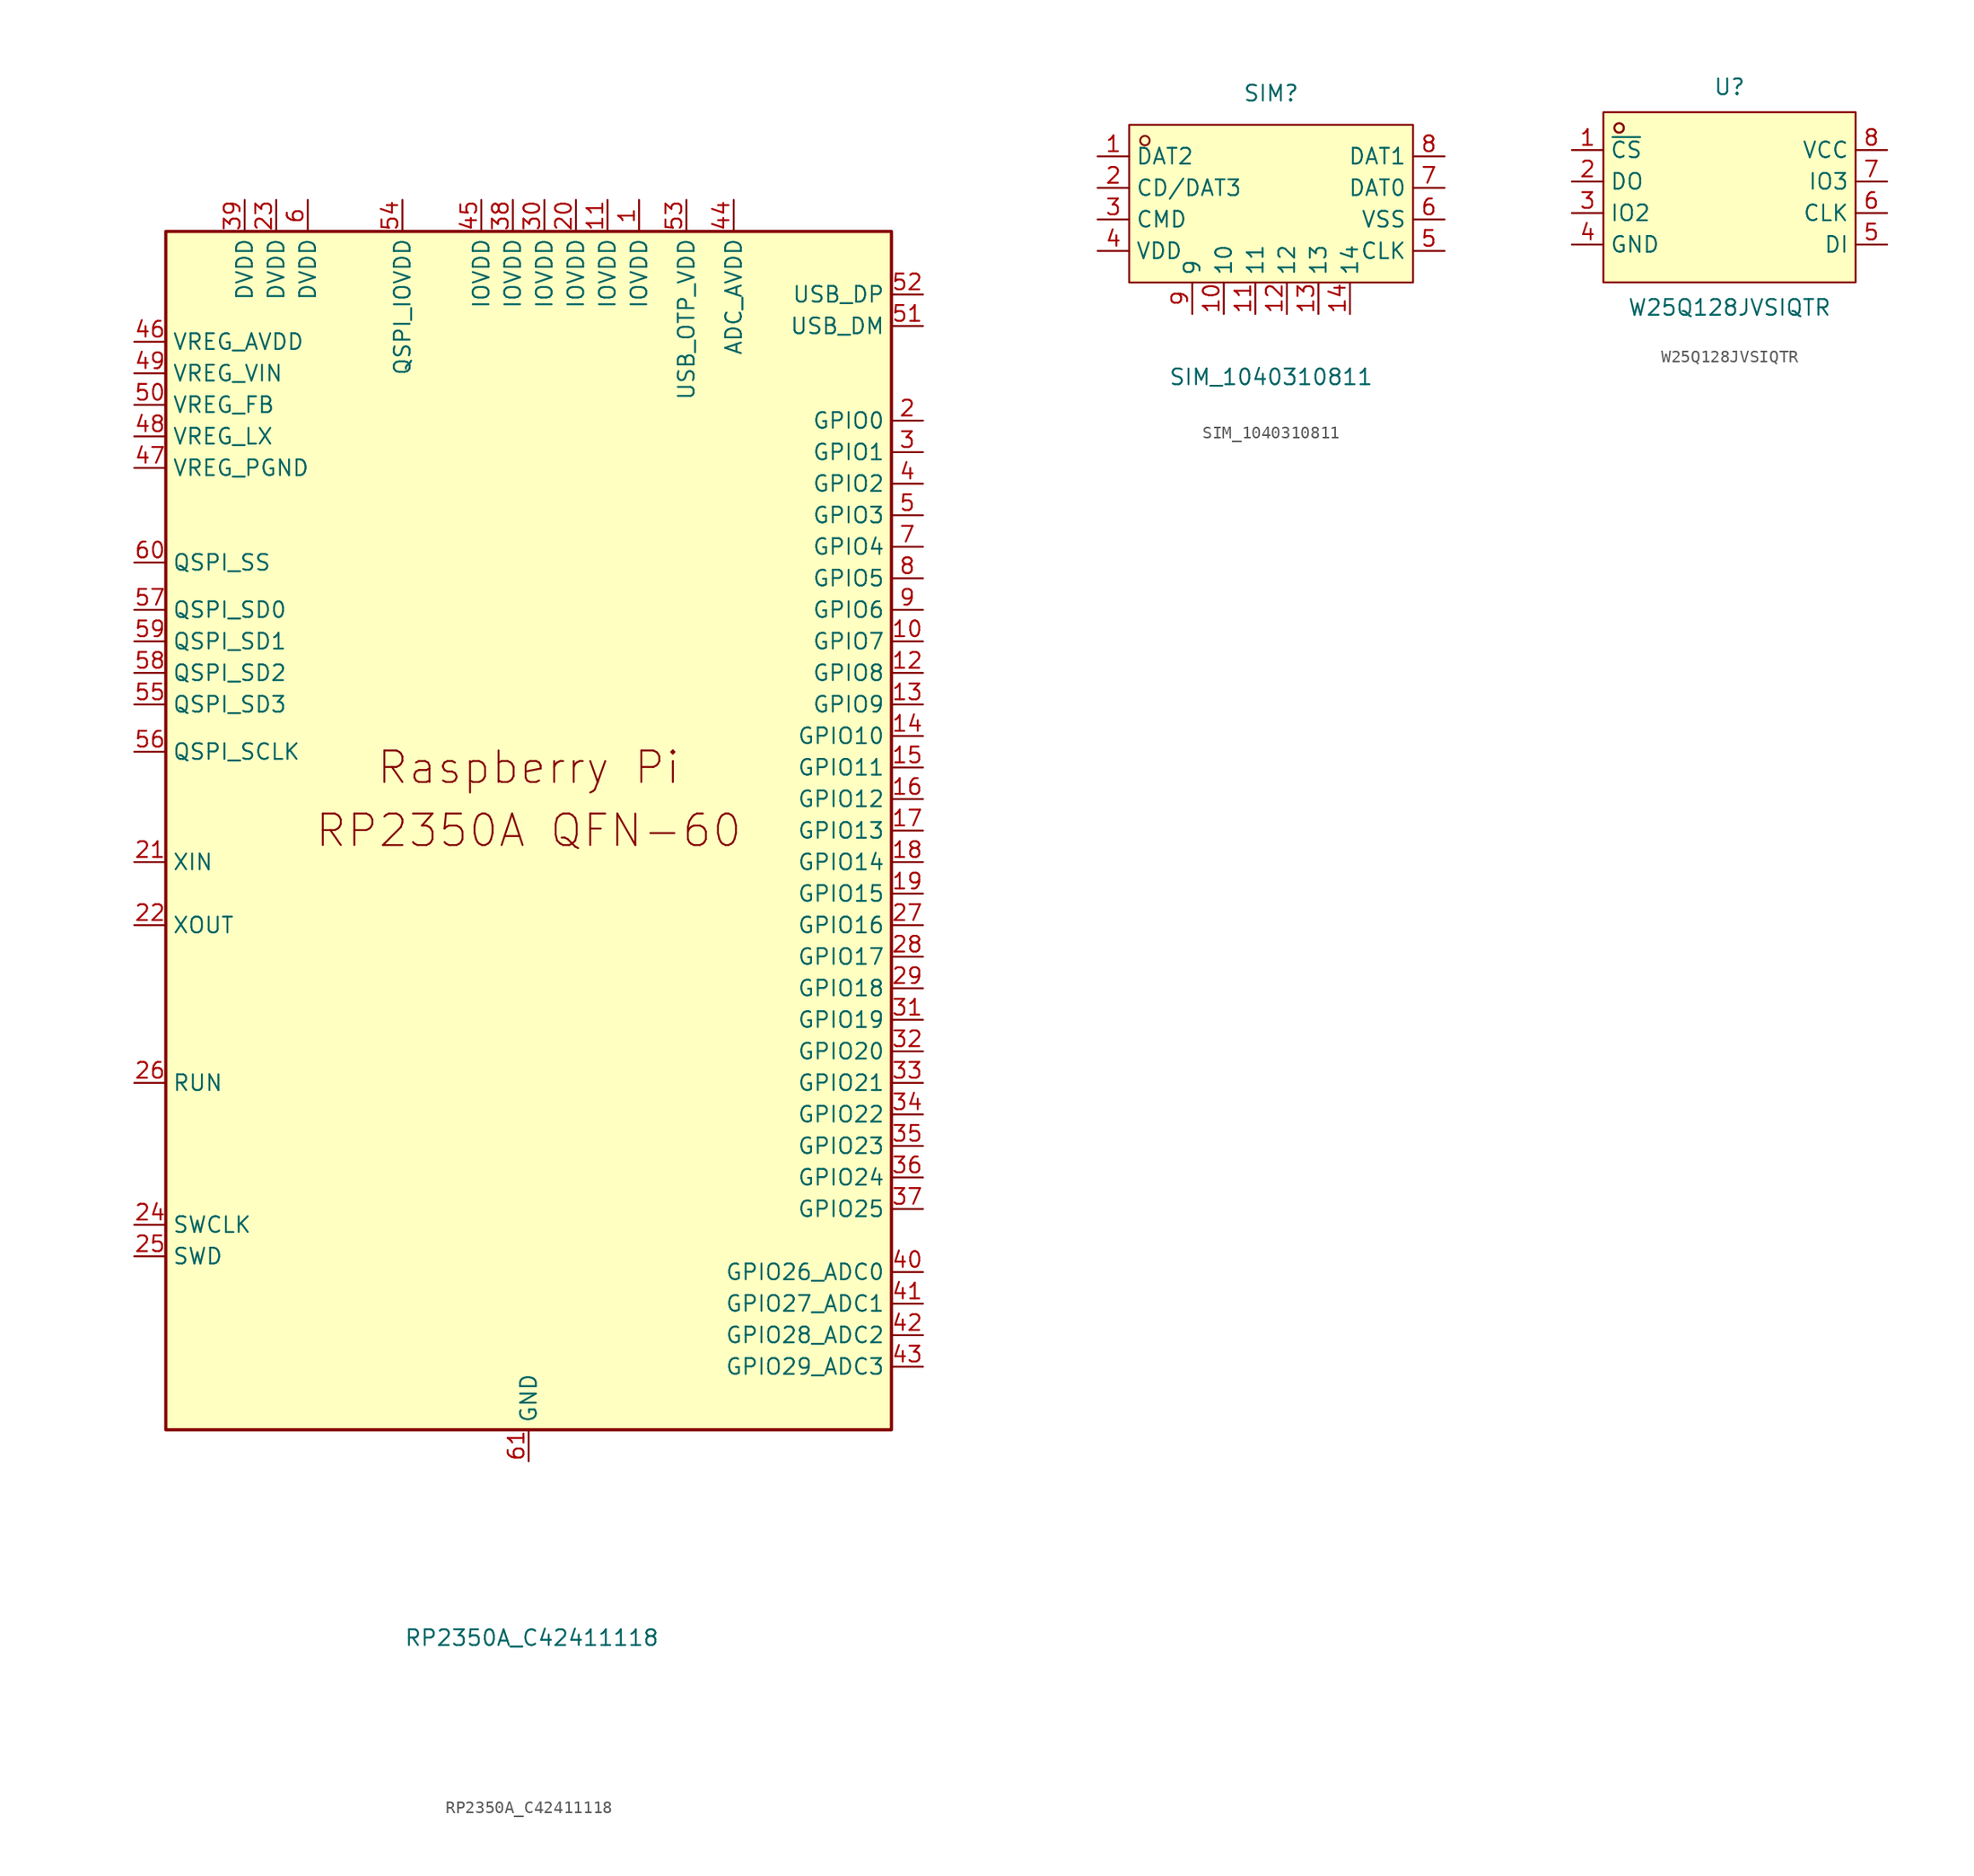
<source format=kicad_sym>
(kicad_symbol_lib
  (version 20241209)
  (generator "kicad_symbol_editor")
  (generator_version "9.0")
  (symbol "RP2350A_C42411118"
    (property "Reference" "U"
      (at -1.778 12.7 0)
      (effects (font (size 1.27 1.27)) (hide yes)))
    (property "Value" "RP2350A_C42411118"
      (at 0.254 -65.024 0)
      (effects (font (size 1.27 1.27))))
    (symbol "RP2350A_C42411118_0_0"
      (text "Raspberry Pi" (at 0 5.08 0) (effects (font (size 2.54 2.54)))))
    (symbol "RP2350A_C42411118_0_1"
      (rectangle (start -29.21 48.26) (end 29.21 -48.26) (stroke (width 0.254) (type default)) (fill (type background))))
    (symbol "RP2350A_C42411118_1_0"
      (text "RP2350A QFN-60" (at 0 0 0) (effects (font (size 2.54 2.54)))))
    (symbol "RP2350A_C42411118_1_1"
      (pin power_in line (at -31.75 39.37 0) (length 2.54) (name "VREG_AVDD" (effects (font (size 1.27 1.27)))) (number "46" (effects (font (size 1.27 1.27)))))
      (pin power_in line (at -31.75 36.83 0) (length 2.54) (name "VREG_VIN" (effects (font (size 1.27 1.27)))) (number "49" (effects (font (size 1.27 1.27)))))
      (pin input line (at -31.75 34.29 0) (length 2.54) (name "VREG_FB" (effects (font (size 1.27 1.27)))) (number "50" (effects (font (size 1.27 1.27)))))
      (pin power_out line (at -31.75 31.75 0) (length 2.54) (name "VREG_LX" (effects (font (size 1.27 1.27)))) (number "48" (effects (font (size 1.27 1.27)))))
      (pin power_in line (at -31.75 29.21 0) (length 2.54) (name "VREG_PGND" (effects (font (size 1.27 1.27)))) (number "47" (effects (font (size 1.27 1.27)))))
      (pin bidirectional line (at -31.75 21.59 0) (length 2.54) (name "QSPI_SS" (effects (font (size 1.27 1.27)))) (number "60" (effects (font (size 1.27 1.27)))))
      (pin bidirectional line (at -31.75 17.78 0) (length 2.54) (name "QSPI_SD0" (effects (font (size 1.27 1.27)))) (number "57" (effects (font (size 1.27 1.27)))))
      (pin bidirectional line (at -31.75 15.24 0) (length 2.54) (name "QSPI_SD1" (effects (font (size 1.27 1.27)))) (number "59" (effects (font (size 1.27 1.27)))))
      (pin bidirectional line (at -31.75 12.7 0) (length 2.54) (name "QSPI_SD2" (effects (font (size 1.27 1.27)))) (number "58" (effects (font (size 1.27 1.27)))))
      (pin bidirectional line (at -31.75 10.16 0) (length 2.54) (name "QSPI_SD3" (effects (font (size 1.27 1.27)))) (number "55" (effects (font (size 1.27 1.27)))))
      (pin output line (at -31.75 6.35 0) (length 2.54) (name "QSPI_SCLK" (effects (font (size 1.27 1.27)))) (number "56" (effects (font (size 1.27 1.27)))))
      (pin input line (at -31.75 -2.54 0) (length 2.54) (name "XIN" (effects (font (size 1.27 1.27)))) (number "21" (effects (font (size 1.27 1.27)))))
      (pin passive line (at -31.75 -7.62 0) (length 2.54) (name "XOUT" (effects (font (size 1.27 1.27)))) (number "22" (effects (font (size 1.27 1.27)))))
      (pin input line (at -31.75 -20.32 0) (length 2.54) (name "RUN" (effects (font (size 1.27 1.27)))) (number "26" (effects (font (size 1.27 1.27)))))
      (pin output line (at -31.75 -31.75 0) (length 2.54) (name "SWCLK" (effects (font (size 1.27 1.27)))) (number "24" (effects (font (size 1.27 1.27)))))
      (pin bidirectional line (at -31.75 -34.29 0) (length 2.54) (name "SWD" (effects (font (size 1.27 1.27)))) (number "25" (effects (font (size 1.27 1.27)))))
      (pin power_in line (at -22.86 50.8 270) (length 2.54) (name "DVDD" (effects (font (size 1.27 1.27)))) (number "39" (effects (font (size 1.27 1.27)))))
      (pin power_in line (at -20.32 50.8 270) (length 2.54) (name "DVDD" (effects (font (size 1.27 1.27)))) (number "23" (effects (font (size 1.27 1.27)))))
      (pin power_in line (at -17.78 50.8 270) (length 2.54) (name "DVDD" (effects (font (size 1.27 1.27)))) (number "6" (effects (font (size 1.27 1.27)))))
      (pin power_in line (at -10.16 50.8 270) (length 2.54) (name "QSPI_IOVDD" (effects (font (size 1.27 1.27)))) (number "54" (effects (font (size 1.27 1.27)))))
      (pin power_in line (at -3.81 50.8 270) (length 2.54) (name "IOVDD" (effects (font (size 1.27 1.27)))) (number "45" (effects (font (size 1.27 1.27)))))
      (pin power_in line (at -1.27 50.8 270) (length 2.54) (name "IOVDD" (effects (font (size 1.27 1.27)))) (number "38" (effects (font (size 1.27 1.27)))))
      (pin power_in line (at 0 -50.8 90) (length 2.54) (name "GND" (effects (font (size 1.27 1.27)))) (number "61" (effects (font (size 1.27 1.27)))))
      (pin power_in line (at 1.27 50.8 270) (length 2.54) (name "IOVDD" (effects (font (size 1.27 1.27)))) (number "30" (effects (font (size 1.27 1.27)))))
      (pin power_in line (at 3.81 50.8 270) (length 2.54) (name "IOVDD" (effects (font (size 1.27 1.27)))) (number "20" (effects (font (size 1.27 1.27)))))
      (pin power_in line (at 6.35 50.8 270) (length 2.54) (name "IOVDD" (effects (font (size 1.27 1.27)))) (number "11" (effects (font (size 1.27 1.27)))))
      (pin power_in line (at 8.89 50.8 270) (length 2.54) (name "IOVDD" (effects (font (size 1.27 1.27)))) (number "1" (effects (font (size 1.27 1.27)))))
      (pin power_in line (at 12.7 50.8 270) (length 2.54) (name "USB_OTP_VDD" (effects (font (size 1.27 1.27)))) (number "53" (effects (font (size 1.27 1.27)))))
      (pin power_in line (at 16.51 50.8 270) (length 2.54) (name "ADC_AVDD" (effects (font (size 1.27 1.27)))) (number "44" (effects (font (size 1.27 1.27)))))
      (pin bidirectional line (at 31.75 43.18 180) (length 2.54) (name "USB_DP" (effects (font (size 1.27 1.27)))) (number "52" (effects (font (size 1.27 1.27)))))
      (pin bidirectional line (at 31.75 40.64 180) (length 2.54) (name "USB_DM" (effects (font (size 1.27 1.27)))) (number "51" (effects (font (size 1.27 1.27)))))
      (pin bidirectional line (at 31.75 33.02 180) (length 2.54) (name "GPIO0" (effects (font (size 1.27 1.27)))) (number "2" (effects (font (size 1.27 1.27)))))
      (pin bidirectional line (at 31.75 30.48 180) (length 2.54) (name "GPIO1" (effects (font (size 1.27 1.27)))) (number "3" (effects (font (size 1.27 1.27)))))
      (pin bidirectional line (at 31.75 27.94 180) (length 2.54) (name "GPIO2" (effects (font (size 1.27 1.27)))) (number "4" (effects (font (size 1.27 1.27)))))
      (pin bidirectional line (at 31.75 25.4 180) (length 2.54) (name "GPIO3" (effects (font (size 1.27 1.27)))) (number "5" (effects (font (size 1.27 1.27)))))
      (pin bidirectional line (at 31.75 22.86 180) (length 2.54) (name "GPIO4" (effects (font (size 1.27 1.27)))) (number "7" (effects (font (size 1.27 1.27)))))
      (pin bidirectional line (at 31.75 20.32 180) (length 2.54) (name "GPIO5" (effects (font (size 1.27 1.27)))) (number "8" (effects (font (size 1.27 1.27)))))
      (pin bidirectional line (at 31.75 17.78 180) (length 2.54) (name "GPIO6" (effects (font (size 1.27 1.27)))) (number "9" (effects (font (size 1.27 1.27)))))
      (pin bidirectional line (at 31.75 15.24 180) (length 2.54) (name "GPIO7" (effects (font (size 1.27 1.27)))) (number "10" (effects (font (size 1.27 1.27)))))
      (pin bidirectional line (at 31.75 12.7 180) (length 2.54) (name "GPIO8" (effects (font (size 1.27 1.27)))) (number "12" (effects (font (size 1.27 1.27)))))
      (pin bidirectional line (at 31.75 10.16 180) (length 2.54) (name "GPIO9" (effects (font (size 1.27 1.27)))) (number "13" (effects (font (size 1.27 1.27)))))
      (pin bidirectional line (at 31.75 7.62 180) (length 2.54) (name "GPIO10" (effects (font (size 1.27 1.27)))) (number "14" (effects (font (size 1.27 1.27)))))
      (pin bidirectional line (at 31.75 5.08 180) (length 2.54) (name "GPIO11" (effects (font (size 1.27 1.27)))) (number "15" (effects (font (size 1.27 1.27)))))
      (pin bidirectional line (at 31.75 2.54 180) (length 2.54) (name "GPIO12" (effects (font (size 1.27 1.27)))) (number "16" (effects (font (size 1.27 1.27)))))
      (pin bidirectional line (at 31.75 0 180) (length 2.54) (name "GPIO13" (effects (font (size 1.27 1.27)))) (number "17" (effects (font (size 1.27 1.27)))))
      (pin bidirectional line (at 31.75 -2.54 180) (length 2.54) (name "GPIO14" (effects (font (size 1.27 1.27)))) (number "18" (effects (font (size 1.27 1.27)))))
      (pin bidirectional line (at 31.75 -5.08 180) (length 2.54) (name "GPIO15" (effects (font (size 1.27 1.27)))) (number "19" (effects (font (size 1.27 1.27)))))
      (pin bidirectional line (at 31.75 -7.62 180) (length 2.54) (name "GPIO16" (effects (font (size 1.27 1.27)))) (number "27" (effects (font (size 1.27 1.27)))))
      (pin bidirectional line (at 31.75 -10.16 180) (length 2.54) (name "GPIO17" (effects (font (size 1.27 1.27)))) (number "28" (effects (font (size 1.27 1.27)))))
      (pin bidirectional line (at 31.75 -12.7 180) (length 2.54) (name "GPIO18" (effects (font (size 1.27 1.27)))) (number "29" (effects (font (size 1.27 1.27)))))
      (pin bidirectional line (at 31.75 -15.24 180) (length 2.54) (name "GPIO19" (effects (font (size 1.27 1.27)))) (number "31" (effects (font (size 1.27 1.27)))))
      (pin bidirectional line (at 31.75 -17.78 180) (length 2.54) (name "GPIO20" (effects (font (size 1.27 1.27)))) (number "32" (effects (font (size 1.27 1.27)))))
      (pin bidirectional line (at 31.75 -20.32 180) (length 2.54) (name "GPIO21" (effects (font (size 1.27 1.27)))) (number "33" (effects (font (size 1.27 1.27)))))
      (pin bidirectional line (at 31.75 -22.86 180) (length 2.54) (name "GPIO22" (effects (font (size 1.27 1.27)))) (number "34" (effects (font (size 1.27 1.27)))))
      (pin bidirectional line (at 31.75 -25.4 180) (length 2.54) (name "GPIO23" (effects (font (size 1.27 1.27)))) (number "35" (effects (font (size 1.27 1.27)))))
      (pin bidirectional line (at 31.75 -27.94 180) (length 2.54) (name "GPIO24" (effects (font (size 1.27 1.27)))) (number "36" (effects (font (size 1.27 1.27)))))
      (pin bidirectional line (at 31.75 -30.48 180) (length 2.54) (name "GPIO25" (effects (font (size 1.27 1.27)))) (number "37" (effects (font (size 1.27 1.27)))))
      (pin bidirectional line (at 31.75 -35.56 180) (length 2.54) (name "GPIO26_ADC0" (effects (font (size 1.27 1.27)))) (number "40" (effects (font (size 1.27 1.27)))))
      (pin bidirectional line (at 31.75 -38.1 180) (length 2.54) (name "GPIO27_ADC1" (effects (font (size 1.27 1.27)))) (number "41" (effects (font (size 1.27 1.27)))))
      (pin bidirectional line (at 31.75 -40.64 180) (length 2.54) (name "GPIO28_ADC2" (effects (font (size 1.27 1.27)))) (number "42" (effects (font (size 1.27 1.27)))))
      (pin bidirectional line (at 31.75 -43.18 180) (length 2.54) (name "GPIO29_ADC3" (effects (font (size 1.27 1.27)))) (number "43" (effects (font (size 1.27 1.27)))))))
  (symbol "SIM_1040310811"
    (property "Reference" "SIM"
      (at 0 8.89 0)
      (effects (font (size 1.27 1.27))))
    (property "Value" "SIM_1040310811"
      (at 0 -13.97 0)
      (effects (font (size 1.27 1.27))))
    (symbol "SIM_1040310811_0_1"
      (rectangle (start -11.43 6.35) (end 11.43 -6.35) (stroke (width 0) (type default)) (fill (type background)))
      (circle (center -10.16 5.08) (radius 0.38) (stroke (width 0) (type default)) (fill (type none)))
      (pin unspecified line (at -13.97 3.81 0) (length 2.54) (name "DAT2" (effects (font (size 1.27 1.27)))) (number "1" (effects (font (size 1.27 1.27)))))
      (pin unspecified line (at -13.97 1.27 0) (length 2.54) (name "CD/DAT3" (effects (font (size 1.27 1.27)))) (number "2" (effects (font (size 1.27 1.27)))))
      (pin unspecified line (at -13.97 -1.27 0) (length 2.54) (name "CMD" (effects (font (size 1.27 1.27)))) (number "3" (effects (font (size 1.27 1.27)))))
      (pin unspecified line (at -13.97 -3.81 0) (length 2.54) (name "VDD" (effects (font (size 1.27 1.27)))) (number "4" (effects (font (size 1.27 1.27)))))
      (pin unspecified line (at -6.35 -8.89 90) (length 2.54) (name "9" (effects (font (size 1.27 1.27)))) (number "9" (effects (font (size 1.27 1.27)))))
      (pin unspecified line (at -3.81 -8.89 90) (length 2.54) (name "10" (effects (font (size 1.27 1.27)))) (number "10" (effects (font (size 1.27 1.27)))))
      (pin unspecified line (at -1.27 -8.89 90) (length 2.54) (name "11" (effects (font (size 1.27 1.27)))) (number "11" (effects (font (size 1.27 1.27)))))
      (pin unspecified line (at 1.27 -8.89 90) (length 2.54) (name "12" (effects (font (size 1.27 1.27)))) (number "12" (effects (font (size 1.27 1.27)))))
      (pin unspecified line (at 3.81 -8.89 90) (length 2.54) (name "13" (effects (font (size 1.27 1.27)))) (number "13" (effects (font (size 1.27 1.27)))))
      (pin unspecified line (at 6.35 -8.89 90) (length 2.54) (name "14" (effects (font (size 1.27 1.27)))) (number "14" (effects (font (size 1.27 1.27)))))
      (pin unspecified line (at 13.97 3.81 180) (length 2.54) (name "DAT1" (effects (font (size 1.27 1.27)))) (number "8" (effects (font (size 1.27 1.27)))))
      (pin unspecified line (at 13.97 1.27 180) (length 2.54) (name "DAT0" (effects (font (size 1.27 1.27)))) (number "7" (effects (font (size 1.27 1.27)))))
      (pin unspecified line (at 13.97 -1.27 180) (length 2.54) (name "VSS" (effects (font (size 1.27 1.27)))) (number "6" (effects (font (size 1.27 1.27)))))
      (pin unspecified line (at 13.97 -3.81 180) (length 2.54) (name "CLK" (effects (font (size 1.27 1.27)))) (number "5" (effects (font (size 1.27 1.27)))))))
  (symbol "W25Q128JVSIQTR"
    (property "Reference" "U"
      (at 0 8.89 0)
      (effects (font (size 1.27 1.27))))
    (property "Value" "W25Q128JVSIQTR"
      (at 0 -8.89 0)
      (effects (font (size 1.27 1.27))))
    (symbol "W25Q128JVSIQTR_0_1"
      (rectangle (start -10.16 6.86) (end 10.16 -6.86) (stroke (width 0) (type default)) (fill (type background)))
      (circle (center -8.89 5.59) (radius 0.38) (stroke (width 0) (type default)) (fill (type none)))
      (circle (center -8.89 5.59) (radius 0.38) (stroke (width 0) (type default)) (fill (type none)))
      (pin unspecified line (at -12.7 3.81 0) (length 2.54) (name "~{CS}" (effects (font (size 1.27 1.27)))) (number "1" (effects (font (size 1.27 1.27)))))
      (pin unspecified line (at -12.7 1.27 0) (length 2.54) (name "DO" (effects (font (size 1.27 1.27)))) (number "2" (effects (font (size 1.27 1.27)))))
      (pin unspecified line (at -12.7 -1.27 0) (length 2.54) (name "IO2" (effects (font (size 1.27 1.27)))) (number "3" (effects (font (size 1.27 1.27)))))
      (pin unspecified line (at -12.7 -3.81 0) (length 2.54) (name "GND" (effects (font (size 1.27 1.27)))) (number "4" (effects (font (size 1.27 1.27)))))
      (pin unspecified line (at 12.7 3.81 180) (length 2.54) (name "VCC" (effects (font (size 1.27 1.27)))) (number "8" (effects (font (size 1.27 1.27)))))
      (pin unspecified line (at 12.7 1.27 180) (length 2.54) (name "IO3" (effects (font (size 1.27 1.27)))) (number "7" (effects (font (size 1.27 1.27)))))
      (pin unspecified line (at 12.7 -1.27 180) (length 2.54) (name "CLK" (effects (font (size 1.27 1.27)))) (number "6" (effects (font (size 1.27 1.27)))))
      (pin unspecified line (at 12.7 -3.81 180) (length 2.54) (name "DI" (effects (font (size 1.27 1.27)))) (number "5" (effects (font (size 1.27 1.27))))))))
</source>
